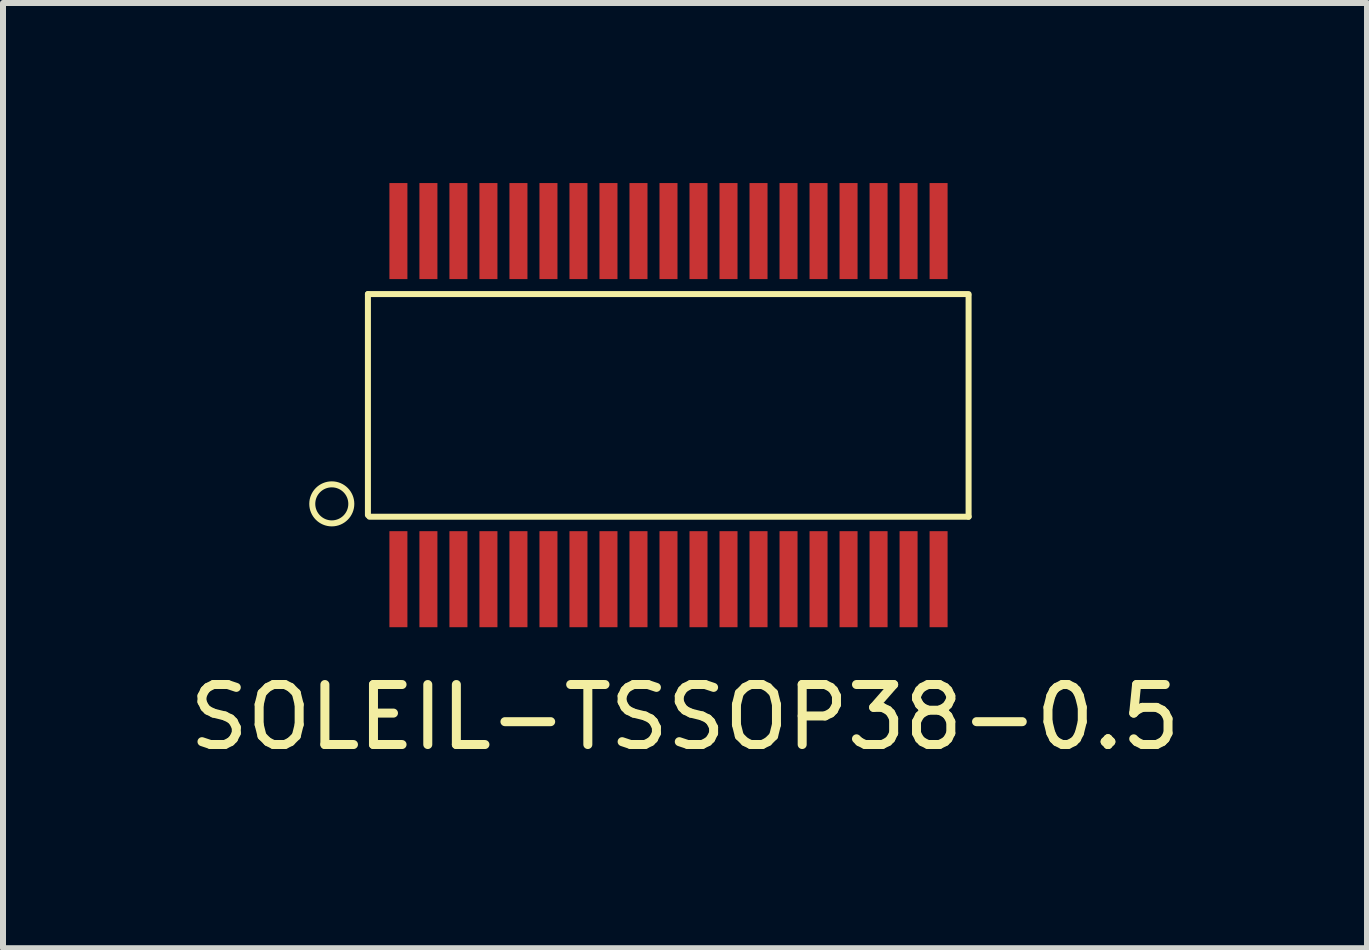
<source format=kicad_pcb>
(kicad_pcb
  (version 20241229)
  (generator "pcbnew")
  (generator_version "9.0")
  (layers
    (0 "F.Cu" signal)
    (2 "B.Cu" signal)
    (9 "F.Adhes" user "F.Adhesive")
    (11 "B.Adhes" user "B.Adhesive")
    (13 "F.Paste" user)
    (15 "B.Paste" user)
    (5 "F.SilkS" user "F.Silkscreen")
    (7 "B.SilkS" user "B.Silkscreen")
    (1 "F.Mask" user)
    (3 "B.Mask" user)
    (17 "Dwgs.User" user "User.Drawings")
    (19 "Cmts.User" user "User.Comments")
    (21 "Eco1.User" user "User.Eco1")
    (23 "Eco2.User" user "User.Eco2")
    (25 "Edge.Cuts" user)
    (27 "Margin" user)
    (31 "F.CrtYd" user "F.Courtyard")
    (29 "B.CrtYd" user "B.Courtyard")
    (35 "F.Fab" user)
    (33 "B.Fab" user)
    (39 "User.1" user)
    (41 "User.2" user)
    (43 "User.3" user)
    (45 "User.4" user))
  (footprint "SOLEIL-TSSOP38-0.5"
    (layer "F.Cu")
    (at 3.588 6.6)
    (property "Reference" "SOLEIL-TSSOP38-0.5" (at 4.775 2.3 0) (layer "F.SilkS") (effects (font (size 1 1) (thickness 0.15))))
    (attr smd)
    (fp_line (start -0.508 -1.067) (end -0.508 -4.75) (stroke (width 0.1) (type solid)) (layer "F.SilkS"))
    (fp_line (start -0.483 -1.041) (end 9.5 -1.041) (stroke (width 0.1) (type solid)) (layer "F.SilkS"))
    (fp_line (start 9.5 -4.75) (end -0.508 -4.75) (stroke (width 0.1) (type solid)) (layer "F.SilkS"))
    (fp_line (start 9.5 -4.724) (end 9.5 -1.041) (stroke (width 0.1) (type solid)) (layer "F.SilkS"))
    (fp_circle (center -1.11 -1.255) (end -1.313 -1.001) (stroke (width 0.1) (type solid)) (fill no) (layer "F.SilkS"))
    (pad "1" smd rect (at 0 0) (size 0.3 1.6) (layers "F.Cu" "F.Mask" "F.Paste"))
    (pad "2" smd rect (at 0.5 0) (size 0.3 1.6) (layers "F.Cu" "F.Mask" "F.Paste"))
    (pad "3" smd rect (at 1 0) (size 0.3 1.6) (layers "F.Cu" "F.Mask" "F.Paste"))
    (pad "4" smd rect (at 1.5 0) (size 0.3 1.6) (layers "F.Cu" "F.Mask" "F.Paste"))
    (pad "5" smd rect (at 2 0) (size 0.3 1.6) (layers "F.Cu" "F.Mask" "F.Paste"))
    (pad "6" smd rect (at 2.5 0) (size 0.3 1.6) (layers "F.Cu" "F.Mask" "F.Paste"))
    (pad "7" smd rect (at 3 0) (size 0.3 1.6) (layers "F.Cu" "F.Mask" "F.Paste"))
    (pad "8" smd rect (at 3.5 0) (size 0.3 1.6) (layers "F.Cu" "F.Mask" "F.Paste"))
    (pad "9" smd rect (at 4 0) (size 0.3 1.6) (layers "F.Cu" "F.Mask" "F.Paste"))
    (pad "10" smd rect (at 4.5 0) (size 0.3 1.6) (layers "F.Cu" "F.Mask" "F.Paste"))
    (pad "11" smd rect (at 5 0) (size 0.3 1.6) (layers "F.Cu" "F.Mask" "F.Paste"))
    (pad "12" smd rect (at 5.5 0) (size 0.3 1.6) (layers "F.Cu" "F.Mask" "F.Paste"))
    (pad "13" smd rect (at 6 0) (size 0.3 1.6) (layers "F.Cu" "F.Mask" "F.Paste"))
    (pad "14" smd rect (at 6.5 0) (size 0.3 1.6) (layers "F.Cu" "F.Mask" "F.Paste"))
    (pad "15" smd rect (at 7 0) (size 0.3 1.6) (layers "F.Cu" "F.Mask" "F.Paste"))
    (pad "16" smd rect (at 7.5 0) (size 0.3 1.6) (layers "F.Cu" "F.Mask" "F.Paste"))
    (pad "17" smd rect (at 8 0) (size 0.3 1.6) (layers "F.Cu" "F.Mask" "F.Paste"))
    (pad "18" smd rect (at 8.5 0) (size 0.3 1.6) (layers "F.Cu" "F.Mask" "F.Paste"))
    (pad "19" smd rect (at 9 0) (size 0.3 1.6) (layers "F.Cu" "F.Mask" "F.Paste"))
    (pad "20" smd rect (at 9 -5.8) (size 0.3 1.6) (layers "F.Cu" "F.Mask" "F.Paste"))
    (pad "21" smd rect (at 8.5 -5.8) (size 0.3 1.6) (layers "F.Cu" "F.Mask" "F.Paste"))
    (pad "22" smd rect (at 8 -5.8) (size 0.3 1.6) (layers "F.Cu" "F.Mask" "F.Paste"))
    (pad "23" smd rect (at 7.5 -5.8) (size 0.3 1.6) (layers "F.Cu" "F.Mask" "F.Paste"))
    (pad "24" smd rect (at 7 -5.8) (size 0.3 1.6) (layers "F.Cu" "F.Mask" "F.Paste"))
    (pad "25" smd rect (at 6.5 -5.8) (size 0.3 1.6) (layers "F.Cu" "F.Mask" "F.Paste"))
    (pad "26" smd rect (at 6 -5.8) (size 0.3 1.6) (layers "F.Cu" "F.Mask" "F.Paste"))
    (pad "27" smd rect (at 5.5 -5.8) (size 0.3 1.6) (layers "F.Cu" "F.Mask" "F.Paste"))
    (pad "28" smd rect (at 5 -5.8) (size 0.3 1.6) (layers "F.Cu" "F.Mask" "F.Paste"))
    (pad "29" smd rect (at 4.5 -5.8) (size 0.3 1.6) (layers "F.Cu" "F.Mask" "F.Paste"))
    (pad "30" smd rect (at 4 -5.8) (size 0.3 1.6) (layers "F.Cu" "F.Mask" "F.Paste"))
    (pad "31" smd rect (at 3.5 -5.8) (size 0.3 1.6) (layers "F.Cu" "F.Mask" "F.Paste"))
    (pad "32" smd rect (at 3 -5.8) (size 0.3 1.6) (layers "F.Cu" "F.Mask" "F.Paste"))
    (pad "33" smd rect (at 2.5 -5.8) (size 0.3 1.6) (layers "F.Cu" "F.Mask" "F.Paste"))
    (pad "34" smd rect (at 2 -5.8) (size 0.3 1.6) (layers "F.Cu" "F.Mask" "F.Paste"))
    (pad "35" smd rect (at 1.5 -5.8) (size 0.3 1.6) (layers "F.Cu" "F.Mask" "F.Paste"))
    (pad "36" smd rect (at 1 -5.8) (size 0.3 1.6) (layers "F.Cu" "F.Mask" "F.Paste"))
    (pad "37" smd rect (at 0.5 -5.8) (size 0.3 1.6) (layers "F.Cu" "F.Mask" "F.Paste"))
    (pad "38" smd rect (at 0 -5.8) (size 0.3 1.6) (layers "F.Cu" "F.Mask" "F.Paste")))
  (gr_rect
    (start -3 -3)
    (end 19.726 12.748)
    (stroke (width 0.1) (type default))
    (fill no)
    (layer "Edge.Cuts")))
</source>
